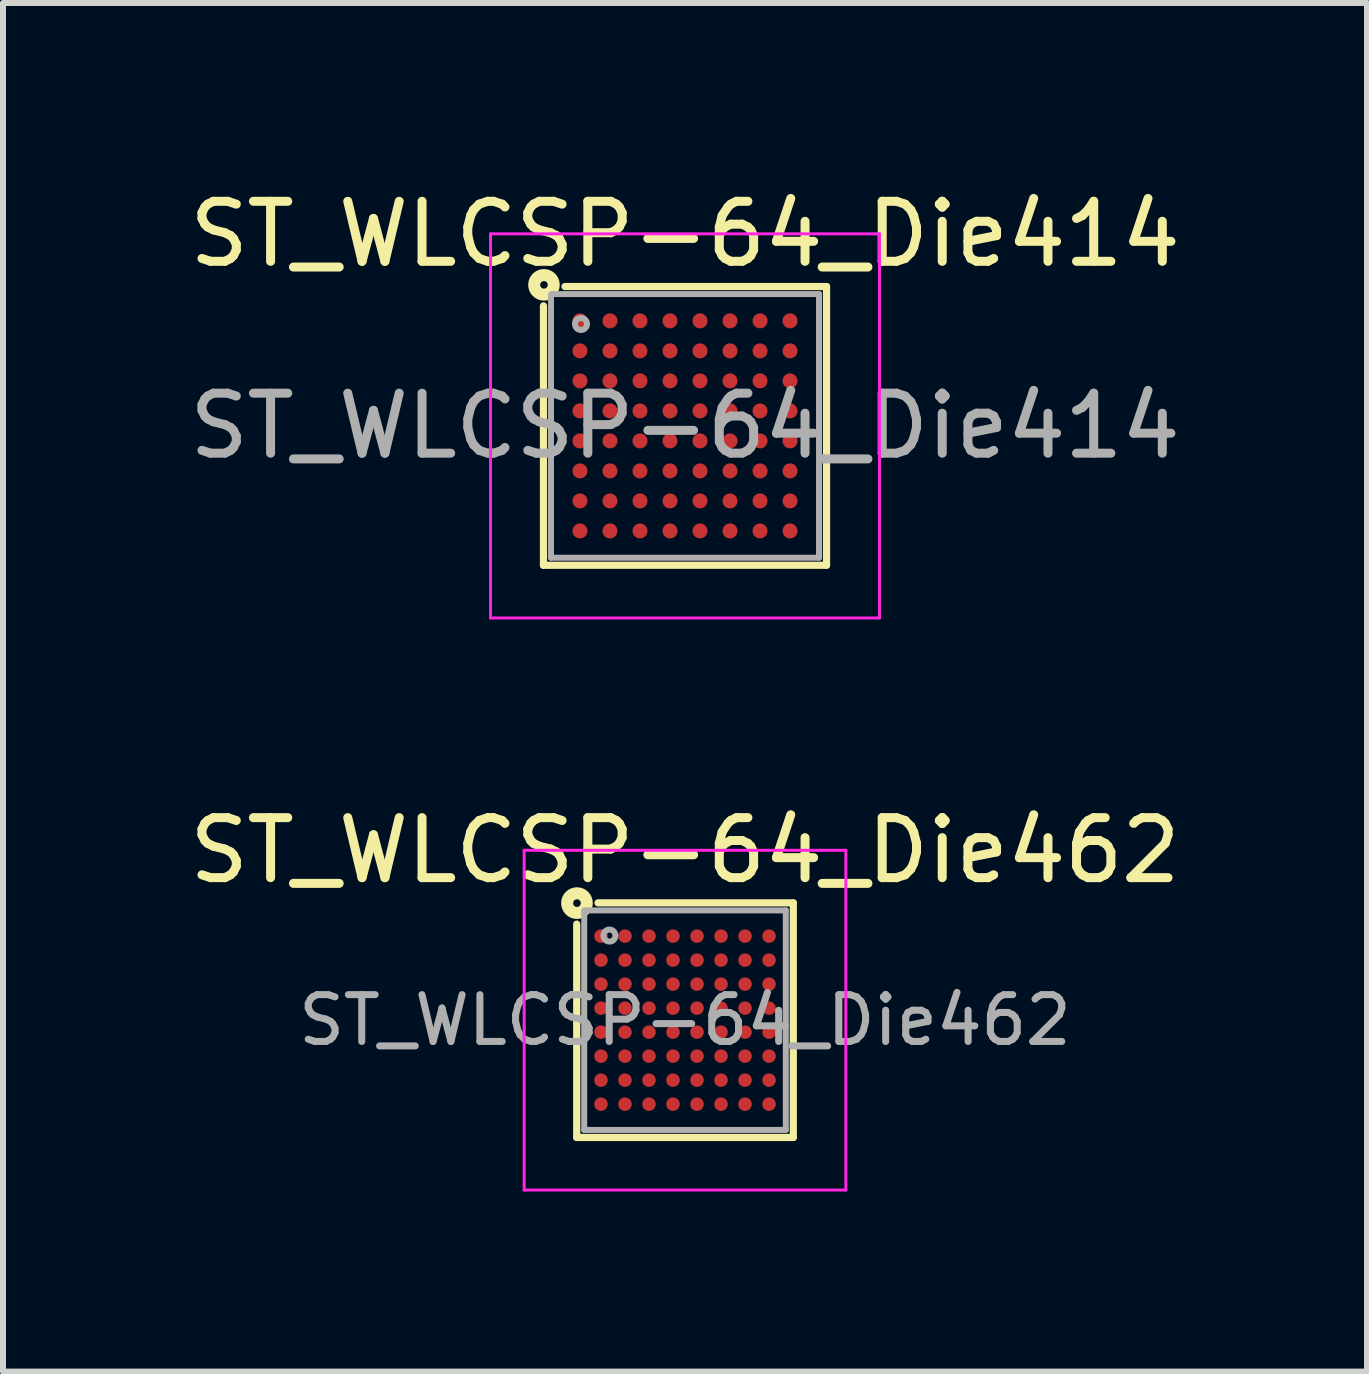
<source format=kicad_pcb>
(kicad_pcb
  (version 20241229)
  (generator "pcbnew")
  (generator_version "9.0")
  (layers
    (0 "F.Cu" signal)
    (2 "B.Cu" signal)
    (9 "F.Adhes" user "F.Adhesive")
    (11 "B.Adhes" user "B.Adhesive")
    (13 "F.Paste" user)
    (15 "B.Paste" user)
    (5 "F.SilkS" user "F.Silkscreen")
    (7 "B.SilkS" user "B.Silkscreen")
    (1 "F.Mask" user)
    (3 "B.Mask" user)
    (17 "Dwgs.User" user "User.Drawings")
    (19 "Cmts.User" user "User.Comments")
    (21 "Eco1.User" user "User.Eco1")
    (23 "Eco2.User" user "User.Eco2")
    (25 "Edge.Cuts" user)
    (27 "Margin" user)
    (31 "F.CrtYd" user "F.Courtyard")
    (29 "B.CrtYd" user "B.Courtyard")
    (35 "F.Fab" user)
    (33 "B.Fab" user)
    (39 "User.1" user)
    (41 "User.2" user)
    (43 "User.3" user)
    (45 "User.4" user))
  (footprint "ST_WLCSP-64_Die414"
    (layer "F.Cu")
    (at 8.363 4.046)
    (property "Reference" "ST_WLCSP-64_Die414" (at 0 -3.197 0) (layer "F.SilkS") (effects (font (size 1 1) (thickness 0.15))))
    (attr smd)
    (fp_line (start -2.358 2.322) (end -2.358 -2) (stroke (width 0.12) (type solid)) (layer "F.SilkS"))
    (fp_line (start -2 -2.322) (end 2.358 -2.322) (stroke (width 0.12) (type solid)) (layer "F.SilkS"))
    (fp_line (start 2.358 -2.322) (end 2.358 2.322) (stroke (width 0.12) (type solid)) (layer "F.SilkS"))
    (fp_line (start 2.358 2.322) (end -2.358 2.322) (stroke (width 0.12) (type solid)) (layer "F.SilkS"))
    (fp_circle (center -2.35 -2.35) (end -2.287 -2.35) (stroke (width 0.2) (type solid)) (fill no) (layer "F.SilkS"))
    (fp_line (start -3.24 -3.2) (end -3.24 3.2) (stroke (width 0.05) (type solid)) (layer "F.CrtYd"))
    (fp_line (start -3.24 3.2) (end 3.24 3.2) (stroke (width 0.05) (type solid)) (layer "F.CrtYd"))
    (fp_line (start 3.24 -3.2) (end -3.24 -3.2) (stroke (width 0.05) (type solid)) (layer "F.CrtYd"))
    (fp_line (start 3.24 3.2) (end 3.24 -3.2) (stroke (width 0.05) (type solid)) (layer "F.CrtYd"))
    (fp_line (start -2.233 2.197) (end -2.233 -2.19) (stroke (width 0.1) (type solid)) (layer "F.Fab"))
    (fp_line (start -2.22 -2.197) (end 2.233 -2.197) (stroke (width 0.1) (type solid)) (layer "F.Fab"))
    (fp_line (start 2.233 -2.197) (end 2.233 2.197) (stroke (width 0.1) (type solid)) (layer "F.Fab"))
    (fp_line (start 2.233 2.197) (end -2.233 2.197) (stroke (width 0.1) (type solid)) (layer "F.Fab"))
    (fp_circle (center -1.733 -1.698) (end -1.633 -1.698) (stroke (width 0.1) (type solid)) (fill no) (layer "F.Fab"))
    (fp_text user "${REFERENCE}" (at 0 0 0) (layer "F.Fab") (effects (font (size 1 1) (thickness 0.15))))
    (pad "A1" smd circle (at -1.75 -1.75) (size 0.25 0.25) (layers "F.Cu" "F.Mask" "F.Paste"))
    (pad "A2" smd circle (at -1.25 -1.75) (size 0.25 0.25) (layers "F.Cu" "F.Mask" "F.Paste"))
    (pad "A3" smd circle (at -0.75 -1.75) (size 0.25 0.25) (layers "F.Cu" "F.Mask" "F.Paste"))
    (pad "A4" smd circle (at -0.25 -1.75) (size 0.25 0.25) (layers "F.Cu" "F.Mask" "F.Paste"))
    (pad "A5" smd circle (at 0.25 -1.75) (size 0.25 0.25) (layers "F.Cu" "F.Mask" "F.Paste"))
    (pad "A6" smd circle (at 0.75 -1.75) (size 0.25 0.25) (layers "F.Cu" "F.Mask" "F.Paste"))
    (pad "A7" smd circle (at 1.25 -1.75) (size 0.25 0.25) (layers "F.Cu" "F.Mask" "F.Paste"))
    (pad "A8" smd circle (at 1.75 -1.75) (size 0.25 0.25) (layers "F.Cu" "F.Mask" "F.Paste"))
    (pad "B1" smd circle (at -1.75 -1.25) (size 0.25 0.25) (layers "F.Cu" "F.Mask" "F.Paste"))
    (pad "B2" smd circle (at -1.25 -1.25) (size 0.25 0.25) (layers "F.Cu" "F.Mask" "F.Paste"))
    (pad "B3" smd circle (at -0.75 -1.25) (size 0.25 0.25) (layers "F.Cu" "F.Mask" "F.Paste"))
    (pad "B4" smd circle (at -0.25 -1.25) (size 0.25 0.25) (layers "F.Cu" "F.Mask" "F.Paste"))
    (pad "B5" smd circle (at 0.25 -1.25) (size 0.25 0.25) (layers "F.Cu" "F.Mask" "F.Paste"))
    (pad "B6" smd circle (at 0.75 -1.25) (size 0.25 0.25) (layers "F.Cu" "F.Mask" "F.Paste"))
    (pad "B7" smd circle (at 1.25 -1.25) (size 0.25 0.25) (layers "F.Cu" "F.Mask" "F.Paste"))
    (pad "B8" smd circle (at 1.75 -1.25) (size 0.25 0.25) (layers "F.Cu" "F.Mask" "F.Paste"))
    (pad "C1" smd circle (at -1.75 -0.75) (size 0.25 0.25) (layers "F.Cu" "F.Mask" "F.Paste"))
    (pad "C2" smd circle (at -1.25 -0.75) (size 0.25 0.25) (layers "F.Cu" "F.Mask" "F.Paste"))
    (pad "C3" smd circle (at -0.75 -0.75) (size 0.25 0.25) (layers "F.Cu" "F.Mask" "F.Paste"))
    (pad "C4" smd circle (at -0.25 -0.75) (size 0.25 0.25) (layers "F.Cu" "F.Mask" "F.Paste"))
    (pad "C5" smd circle (at 0.25 -0.75) (size 0.25 0.25) (layers "F.Cu" "F.Mask" "F.Paste"))
    (pad "C6" smd circle (at 0.75 -0.75) (size 0.25 0.25) (layers "F.Cu" "F.Mask" "F.Paste"))
    (pad "C7" smd circle (at 1.25 -0.75) (size 0.25 0.25) (layers "F.Cu" "F.Mask" "F.Paste"))
    (pad "C8" smd circle (at 1.75 -0.75) (size 0.25 0.25) (layers "F.Cu" "F.Mask" "F.Paste"))
    (pad "D1" smd circle (at -1.75 -0.25) (size 0.25 0.25) (layers "F.Cu" "F.Mask" "F.Paste"))
    (pad "D2" smd circle (at -1.25 -0.25) (size 0.25 0.25) (layers "F.Cu" "F.Mask" "F.Paste"))
    (pad "D3" smd circle (at -0.75 -0.25) (size 0.25 0.25) (layers "F.Cu" "F.Mask" "F.Paste"))
    (pad "D4" smd circle (at -0.25 -0.25) (size 0.25 0.25) (layers "F.Cu" "F.Mask" "F.Paste"))
    (pad "D5" smd circle (at 0.25 -0.25) (size 0.25 0.25) (layers "F.Cu" "F.Mask" "F.Paste"))
    (pad "D6" smd circle (at 0.75 -0.25) (size 0.25 0.25) (layers "F.Cu" "F.Mask" "F.Paste"))
    (pad "D7" smd circle (at 1.25 -0.25) (size 0.25 0.25) (layers "F.Cu" "F.Mask" "F.Paste"))
    (pad "D8" smd circle (at 1.75 -0.25) (size 0.25 0.25) (layers "F.Cu" "F.Mask" "F.Paste"))
    (pad "E1" smd circle (at -1.75 0.25) (size 0.25 0.25) (layers "F.Cu" "F.Mask" "F.Paste"))
    (pad "E2" smd circle (at -1.25 0.25) (size 0.25 0.25) (layers "F.Cu" "F.Mask" "F.Paste"))
    (pad "E3" smd circle (at -0.75 0.25) (size 0.25 0.25) (layers "F.Cu" "F.Mask" "F.Paste"))
    (pad "E4" smd circle (at -0.25 0.25) (size 0.25 0.25) (layers "F.Cu" "F.Mask" "F.Paste"))
    (pad "E5" smd circle (at 0.25 0.25) (size 0.25 0.25) (layers "F.Cu" "F.Mask" "F.Paste"))
    (pad "E6" smd circle (at 0.75 0.25) (size 0.25 0.25) (layers "F.Cu" "F.Mask" "F.Paste"))
    (pad "E7" smd circle (at 1.25 0.25) (size 0.25 0.25) (layers "F.Cu" "F.Mask" "F.Paste"))
    (pad "E8" smd circle (at 1.75 0.25) (size 0.25 0.25) (layers "F.Cu" "F.Mask" "F.Paste"))
    (pad "F1" smd circle (at -1.75 0.75) (size 0.25 0.25) (layers "F.Cu" "F.Mask" "F.Paste"))
    (pad "F2" smd circle (at -1.25 0.75) (size 0.25 0.25) (layers "F.Cu" "F.Mask" "F.Paste"))
    (pad "F3" smd circle (at -0.75 0.75) (size 0.25 0.25) (layers "F.Cu" "F.Mask" "F.Paste"))
    (pad "F4" smd circle (at -0.25 0.75) (size 0.25 0.25) (layers "F.Cu" "F.Mask" "F.Paste"))
    (pad "F5" smd circle (at 0.25 0.75) (size 0.25 0.25) (layers "F.Cu" "F.Mask" "F.Paste"))
    (pad "F6" smd circle (at 0.75 0.75) (size 0.25 0.25) (layers "F.Cu" "F.Mask" "F.Paste"))
    (pad "F7" smd circle (at 1.25 0.75) (size 0.25 0.25) (layers "F.Cu" "F.Mask" "F.Paste"))
    (pad "F8" smd circle (at 1.75 0.75) (size 0.25 0.25) (layers "F.Cu" "F.Mask" "F.Paste"))
    (pad "G1" smd circle (at -1.75 1.25) (size 0.25 0.25) (layers "F.Cu" "F.Mask" "F.Paste"))
    (pad "G2" smd circle (at -1.25 1.25) (size 0.25 0.25) (layers "F.Cu" "F.Mask" "F.Paste"))
    (pad "G3" smd circle (at -0.75 1.25) (size 0.25 0.25) (layers "F.Cu" "F.Mask" "F.Paste"))
    (pad "G4" smd circle (at -0.25 1.25) (size 0.25 0.25) (layers "F.Cu" "F.Mask" "F.Paste"))
    (pad "G5" smd circle (at 0.25 1.25) (size 0.25 0.25) (layers "F.Cu" "F.Mask" "F.Paste"))
    (pad "G6" smd circle (at 0.75 1.25) (size 0.25 0.25) (layers "F.Cu" "F.Mask" "F.Paste"))
    (pad "G7" smd circle (at 1.25 1.25) (size 0.25 0.25) (layers "F.Cu" "F.Mask" "F.Paste"))
    (pad "G8" smd circle (at 1.75 1.25) (size 0.25 0.25) (layers "F.Cu" "F.Mask" "F.Paste"))
    (pad "H1" smd circle (at -1.75 1.75) (size 0.25 0.25) (layers "F.Cu" "F.Mask" "F.Paste"))
    (pad "H2" smd circle (at -1.25 1.75) (size 0.25 0.25) (layers "F.Cu" "F.Mask" "F.Paste"))
    (pad "H3" smd circle (at -0.75 1.75) (size 0.25 0.25) (layers "F.Cu" "F.Mask" "F.Paste"))
    (pad "H4" smd circle (at -0.25 1.75) (size 0.25 0.25) (layers "F.Cu" "F.Mask" "F.Paste"))
    (pad "H5" smd circle (at 0.25 1.75) (size 0.25 0.25) (layers "F.Cu" "F.Mask" "F.Paste"))
    (pad "H6" smd circle (at 0.75 1.75) (size 0.25 0.25) (layers "F.Cu" "F.Mask" "F.Paste"))
    (pad "H7" smd circle (at 1.25 1.75) (size 0.25 0.25) (layers "F.Cu" "F.Mask" "F.Paste"))
    (pad "H8" smd circle (at 1.75 1.75) (size 0.25 0.25) (layers "F.Cu" "F.Mask" "F.Paste")))
  (footprint "ST_WLCSP-64_Die462"
    (layer "F.Cu")
    (at 8.363 13.947)
    (property "Reference" "ST_WLCSP-64_Die462" (at 0 -2.829 0) (layer "F.SilkS") (effects (font (size 1 1) (thickness 0.15))))
    (attr smd)
    (fp_line (start -1.804 1.954) (end -1.804 -1.6) (stroke (width 0.12) (type solid)) (layer "F.SilkS"))
    (fp_line (start -1.45 -1.954) (end 1.804 -1.954) (stroke (width 0.12) (type solid)) (layer "F.SilkS"))
    (fp_line (start 1.804 -1.954) (end 1.804 1.954) (stroke (width 0.12) (type solid)) (layer "F.SilkS"))
    (fp_line (start 1.804 1.954) (end -1.804 1.954) (stroke (width 0.12) (type solid)) (layer "F.SilkS"))
    (fp_circle (center -1.8 -1.95) (end -1.736 -1.95) (stroke (width 0.2) (type solid)) (fill no) (layer "F.SilkS"))
    (fp_line (start -2.68 -2.83) (end -2.68 2.83) (stroke (width 0.05) (type solid)) (layer "F.CrtYd"))
    (fp_line (start -2.68 2.83) (end 2.68 2.83) (stroke (width 0.05) (type solid)) (layer "F.CrtYd"))
    (fp_line (start 2.68 -2.83) (end -2.68 -2.83) (stroke (width 0.05) (type solid)) (layer "F.CrtYd"))
    (fp_line (start 2.68 2.83) (end 2.68 -2.83) (stroke (width 0.05) (type solid)) (layer "F.CrtYd"))
    (fp_line (start -1.68 -1.829) (end 1.679 -1.829) (stroke (width 0.1) (type solid)) (layer "F.Fab"))
    (fp_line (start -1.679 1.829) (end -1.679 -1.82) (stroke (width 0.1) (type solid)) (layer "F.Fab"))
    (fp_line (start 1.679 -1.829) (end 1.679 1.829) (stroke (width 0.1) (type solid)) (layer "F.Fab"))
    (fp_line (start 1.679 1.829) (end -1.679 1.829) (stroke (width 0.1) (type solid)) (layer "F.Fab"))
    (fp_circle (center -1.259 -1.409) (end -1.159 -1.409) (stroke (width 0.1) (type solid)) (fill no) (layer "F.Fab"))
    (fp_text user "${REFERENCE}" (at 0 0 0) (layer "F.Fab") (effects (font (size 0.78 0.78) (thickness 0.117))))
    (pad "A1" smd circle (at -1.4 -1.4) (size 0.225 0.225) (layers "F.Cu" "F.Mask" "F.Paste"))
    (pad "A2" smd circle (at -1 -1.4) (size 0.225 0.225) (layers "F.Cu" "F.Mask" "F.Paste"))
    (pad "A3" smd circle (at -0.6 -1.4) (size 0.225 0.225) (layers "F.Cu" "F.Mask" "F.Paste"))
    (pad "A4" smd circle (at -0.2 -1.4) (size 0.225 0.225) (layers "F.Cu" "F.Mask" "F.Paste"))
    (pad "A5" smd circle (at 0.2 -1.4) (size 0.225 0.225) (layers "F.Cu" "F.Mask" "F.Paste"))
    (pad "A6" smd circle (at 0.6 -1.4) (size 0.225 0.225) (layers "F.Cu" "F.Mask" "F.Paste"))
    (pad "A7" smd circle (at 1 -1.4) (size 0.225 0.225) (layers "F.Cu" "F.Mask" "F.Paste"))
    (pad "A8" smd circle (at 1.4 -1.4) (size 0.225 0.225) (layers "F.Cu" "F.Mask" "F.Paste"))
    (pad "B1" smd circle (at -1.4 -1) (size 0.225 0.225) (layers "F.Cu" "F.Mask" "F.Paste"))
    (pad "B2" smd circle (at -1 -1) (size 0.225 0.225) (layers "F.Cu" "F.Mask" "F.Paste"))
    (pad "B3" smd circle (at -0.6 -1) (size 0.225 0.225) (layers "F.Cu" "F.Mask" "F.Paste"))
    (pad "B4" smd circle (at -0.2 -1) (size 0.225 0.225) (layers "F.Cu" "F.Mask" "F.Paste"))
    (pad "B5" smd circle (at 0.2 -1) (size 0.225 0.225) (layers "F.Cu" "F.Mask" "F.Paste"))
    (pad "B6" smd circle (at 0.6 -1) (size 0.225 0.225) (layers "F.Cu" "F.Mask" "F.Paste"))
    (pad "B7" smd circle (at 1 -1) (size 0.225 0.225) (layers "F.Cu" "F.Mask" "F.Paste"))
    (pad "B8" smd circle (at 1.4 -1) (size 0.225 0.225) (layers "F.Cu" "F.Mask" "F.Paste"))
    (pad "C1" smd circle (at -1.4 -0.6) (size 0.225 0.225) (layers "F.Cu" "F.Mask" "F.Paste"))
    (pad "C2" smd circle (at -1 -0.6) (size 0.225 0.225) (layers "F.Cu" "F.Mask" "F.Paste"))
    (pad "C3" smd circle (at -0.6 -0.6) (size 0.225 0.225) (layers "F.Cu" "F.Mask" "F.Paste"))
    (pad "C4" smd circle (at -0.2 -0.6) (size 0.225 0.225) (layers "F.Cu" "F.Mask" "F.Paste"))
    (pad "C5" smd circle (at 0.2 -0.6) (size 0.225 0.225) (layers "F.Cu" "F.Mask" "F.Paste"))
    (pad "C6" smd circle (at 0.6 -0.6) (size 0.225 0.225) (layers "F.Cu" "F.Mask" "F.Paste"))
    (pad "C7" smd circle (at 1 -0.6) (size 0.225 0.225) (layers "F.Cu" "F.Mask" "F.Paste"))
    (pad "C8" smd circle (at 1.4 -0.6) (size 0.225 0.225) (layers "F.Cu" "F.Mask" "F.Paste"))
    (pad "D1" smd circle (at -1.4 -0.2) (size 0.225 0.225) (layers "F.Cu" "F.Mask" "F.Paste"))
    (pad "D2" smd circle (at -1 -0.2) (size 0.225 0.225) (layers "F.Cu" "F.Mask" "F.Paste"))
    (pad "D3" smd circle (at -0.6 -0.2) (size 0.225 0.225) (layers "F.Cu" "F.Mask" "F.Paste"))
    (pad "D4" smd circle (at -0.2 -0.2) (size 0.225 0.225) (layers "F.Cu" "F.Mask" "F.Paste"))
    (pad "D5" smd circle (at 0.2 -0.2) (size 0.225 0.225) (layers "F.Cu" "F.Mask" "F.Paste"))
    (pad "D6" smd circle (at 0.6 -0.2) (size 0.225 0.225) (layers "F.Cu" "F.Mask" "F.Paste"))
    (pad "D7" smd circle (at 1 -0.2) (size 0.225 0.225) (layers "F.Cu" "F.Mask" "F.Paste"))
    (pad "D8" smd circle (at 1.4 -0.2) (size 0.225 0.225) (layers "F.Cu" "F.Mask" "F.Paste"))
    (pad "E1" smd circle (at -1.4 0.2) (size 0.225 0.225) (layers "F.Cu" "F.Mask" "F.Paste"))
    (pad "E2" smd circle (at -1 0.2) (size 0.225 0.225) (layers "F.Cu" "F.Mask" "F.Paste"))
    (pad "E3" smd circle (at -0.6 0.2) (size 0.225 0.225) (layers "F.Cu" "F.Mask" "F.Paste"))
    (pad "E4" smd circle (at -0.2 0.2) (size 0.225 0.225) (layers "F.Cu" "F.Mask" "F.Paste"))
    (pad "E5" smd circle (at 0.2 0.2) (size 0.225 0.225) (layers "F.Cu" "F.Mask" "F.Paste"))
    (pad "E6" smd circle (at 0.6 0.2) (size 0.225 0.225) (layers "F.Cu" "F.Mask" "F.Paste"))
    (pad "E7" smd circle (at 1 0.2) (size 0.225 0.225) (layers "F.Cu" "F.Mask" "F.Paste"))
    (pad "E8" smd circle (at 1.4 0.2) (size 0.225 0.225) (layers "F.Cu" "F.Mask" "F.Paste"))
    (pad "F1" smd circle (at -1.4 0.6) (size 0.225 0.225) (layers "F.Cu" "F.Mask" "F.Paste"))
    (pad "F2" smd circle (at -1 0.6) (size 0.225 0.225) (layers "F.Cu" "F.Mask" "F.Paste"))
    (pad "F3" smd circle (at -0.6 0.6) (size 0.225 0.225) (layers "F.Cu" "F.Mask" "F.Paste"))
    (pad "F4" smd circle (at -0.2 0.6) (size 0.225 0.225) (layers "F.Cu" "F.Mask" "F.Paste"))
    (pad "F5" smd circle (at 0.2 0.6) (size 0.225 0.225) (layers "F.Cu" "F.Mask" "F.Paste"))
    (pad "F6" smd circle (at 0.6 0.6) (size 0.225 0.225) (layers "F.Cu" "F.Mask" "F.Paste"))
    (pad "F7" smd circle (at 1 0.6) (size 0.225 0.225) (layers "F.Cu" "F.Mask" "F.Paste"))
    (pad "F8" smd circle (at 1.4 0.6) (size 0.225 0.225) (layers "F.Cu" "F.Mask" "F.Paste"))
    (pad "G1" smd circle (at -1.4 1) (size 0.225 0.225) (layers "F.Cu" "F.Mask" "F.Paste"))
    (pad "G2" smd circle (at -1 1) (size 0.225 0.225) (layers "F.Cu" "F.Mask" "F.Paste"))
    (pad "G3" smd circle (at -0.6 1) (size 0.225 0.225) (layers "F.Cu" "F.Mask" "F.Paste"))
    (pad "G4" smd circle (at -0.2 1) (size 0.225 0.225) (layers "F.Cu" "F.Mask" "F.Paste"))
    (pad "G5" smd circle (at 0.2 1) (size 0.225 0.225) (layers "F.Cu" "F.Mask" "F.Paste"))
    (pad "G6" smd circle (at 0.6 1) (size 0.225 0.225) (layers "F.Cu" "F.Mask" "F.Paste"))
    (pad "G7" smd circle (at 1 1) (size 0.225 0.225) (layers "F.Cu" "F.Mask" "F.Paste"))
    (pad "G8" smd circle (at 1.4 1) (size 0.225 0.225) (layers "F.Cu" "F.Mask" "F.Paste"))
    (pad "H1" smd circle (at -1.4 1.4) (size 0.225 0.225) (layers "F.Cu" "F.Mask" "F.Paste"))
    (pad "H2" smd circle (at -1 1.4) (size 0.225 0.225) (layers "F.Cu" "F.Mask" "F.Paste"))
    (pad "H3" smd circle (at -0.6 1.4) (size 0.225 0.225) (layers "F.Cu" "F.Mask" "F.Paste"))
    (pad "H4" smd circle (at -0.2 1.4) (size 0.225 0.225) (layers "F.Cu" "F.Mask" "F.Paste"))
    (pad "H5" smd circle (at 0.2 1.4) (size 0.225 0.225) (layers "F.Cu" "F.Mask" "F.Paste"))
    (pad "H6" smd circle (at 0.6 1.4) (size 0.225 0.225) (layers "F.Cu" "F.Mask" "F.Paste"))
    (pad "H7" smd circle (at 1 1.4) (size 0.225 0.225) (layers "F.Cu" "F.Mask" "F.Paste"))
    (pad "H8" smd circle (at 1.4 1.4) (size 0.225 0.225) (layers "F.Cu" "F.Mask" "F.Paste")))
  (gr_rect
    (start -3 -3)
    (end 19.726 19.802)
    (stroke (width 0.1) (type default))
    (fill no)
    (layer "Edge.Cuts")))
</source>
